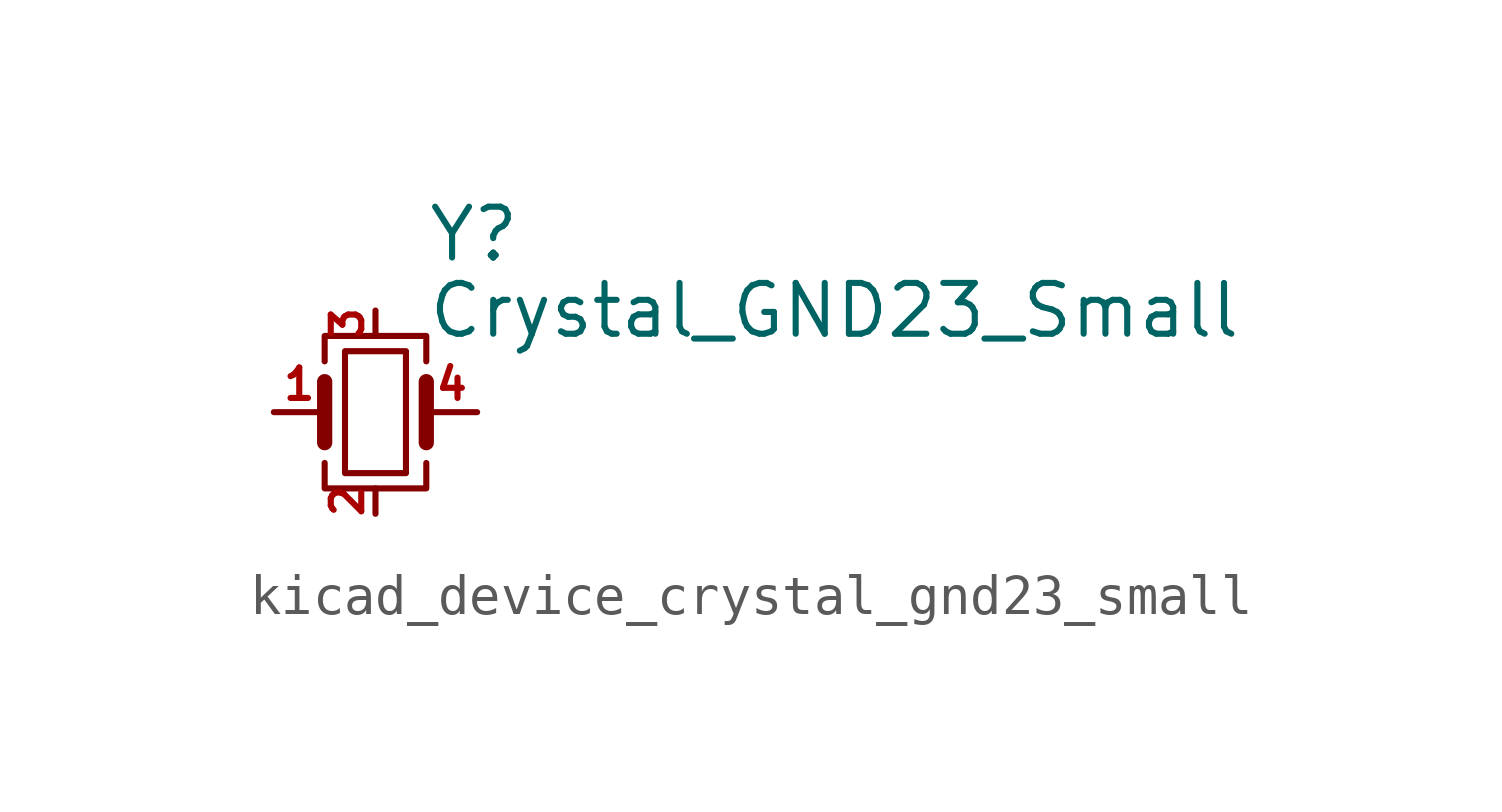
<source format=kicad_sym>
(kicad_symbol_lib
  (version 20220914)
  (generator kicad_symbol_editor)
  (symbol "kicad_device_crystal_gnd23_small"
    (pin_names
      (offset 1.016) hide)
    (property "Reference" "Y"
      (at 1.27 4.445 0)
      (effects (font (size 1.27 1.27)) (justify left)))
    (property "Value" "Crystal_GND23_Small"
      (at 1.27 2.54 0)
      (effects (font (size 1.27 1.27)) (justify left)))
    (symbol "kicad_device_crystal_gnd23_small_0_1"
      (rectangle (start -0.762 -1.524) (end 0.762 1.524) (stroke (width 0) (type default)) (fill (type none)))
      (polyline (pts (xy -1.27 -0.762) (xy -1.27 0.762)) (stroke (width 0.381) (type default)) (fill (type none)))
      (polyline (pts (xy 1.27 -0.762) (xy 1.27 0.762)) (stroke (width 0.381) (type default)) (fill (type none)))
      (polyline (pts (xy -1.27 -1.27) (xy -1.27 -1.905) (xy 1.27 -1.905) (xy 1.27 -1.27)) (stroke (width 0) (type default)) (fill (type none)))
      (polyline (pts (xy -1.27 1.27) (xy -1.27 1.905) (xy 1.27 1.905) (xy 1.27 1.27)) (stroke (width 0) (type default)) (fill (type none))))
    (symbol "kicad_device_crystal_gnd23_small_1_1"
      (pin passive line (at -2.54 0 0) (length 1.27) (name "1" (effects (font (size 1.27 1.27)))) (number "1" (effects (font (size 0.762 0.762)))))
      (pin passive line (at 0 -2.54 90) (length 0.635) (name "2" (effects (font (size 1.27 1.27)))) (number "2" (effects (font (size 0.762 0.762)))))
      (pin passive line (at 0 2.54 270) (length 0.635) (name "3" (effects (font (size 1.27 1.27)))) (number "3" (effects (font (size 0.762 0.762)))))
      (pin passive line (at 2.54 0 180) (length 1.27) (name "4" (effects (font (size 1.27 1.27)))) (number "4" (effects (font (size 0.762 0.762))))))))
</source>
